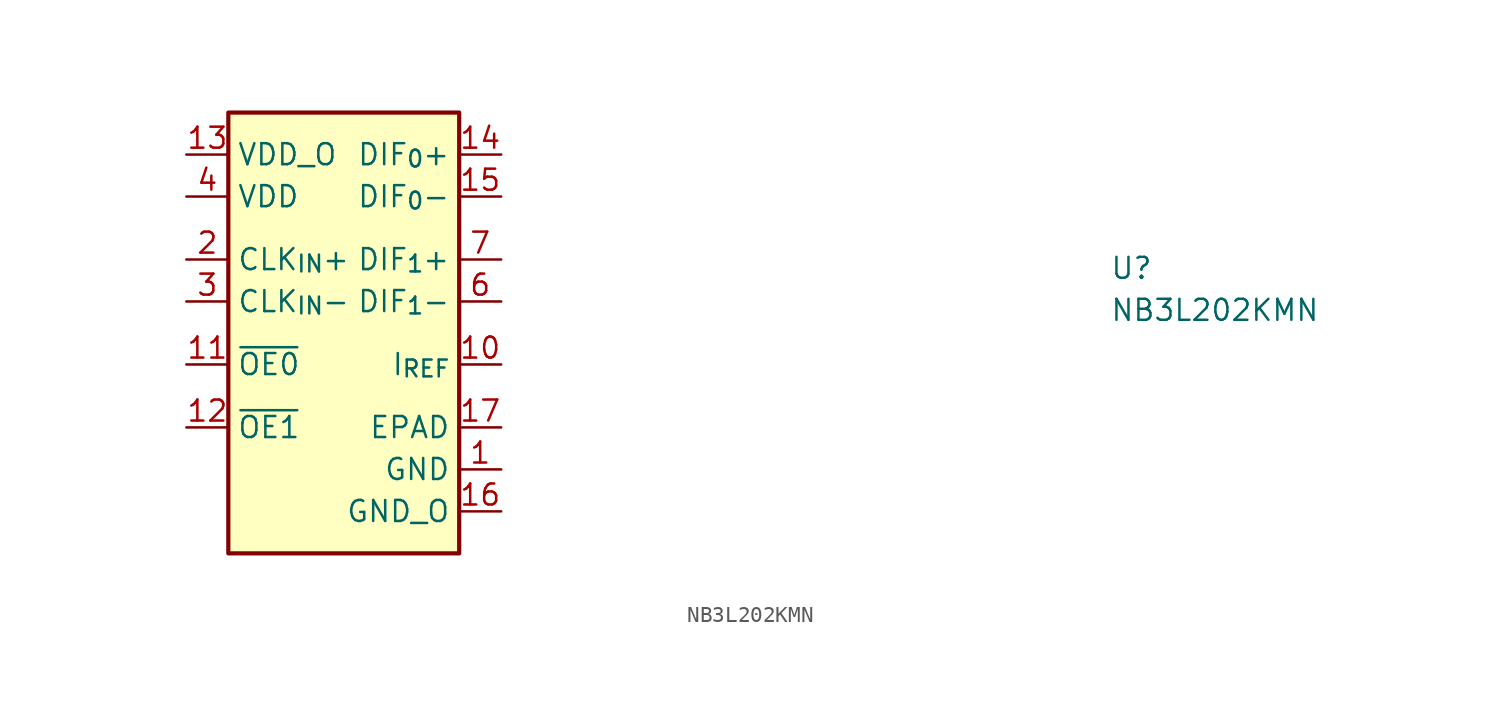
<source format=kicad_sym>
(kicad_symbol_lib
  (version 20211014)
  (generator kicad_symbol_editor)
  (symbol "NB3L202KMN"
    (property "Reference" "U"
      (at 55.88 -7.62 0)
      (effects (font (size 1.27 1.27) (thickness 0.15)) (justify left bottom)))
    (property "Value" "NB3L202KMN"
      (at 55.88 -10.16 0)
      (effects (font (size 1.27 1.27) (thickness 0.15)) (justify left bottom)))
    (symbol "NB3L202KMN_1_1"
      (rectangle (start 2.54 2.54) (end 16.51 -24.13) (stroke (width 0.254) (type default) (color 0 0 0 0)) (fill (type background)))
      (pin power_in line (at 19.05 -19.05 180) (length 2.54) (name "GND" (effects (font (size 1.27 1.27)))) (number "1" (effects (font (size 1.27 1.27)))))
      (pin input line (at 19.05 -12.7 180) (length 2.54) (name "I_{REF}" (effects (font (size 1.27 1.27)))) (number "10" (effects (font (size 1.27 1.27)))))
      (pin input line (at 0 -12.7 0) (length 2.54) (name "~{OE0}" (effects (font (size 1.27 1.27)))) (number "11" (effects (font (size 1.27 1.27)))))
      (pin input line (at 0 -16.51 0) (length 2.54) (name "~{OE1}" (effects (font (size 1.27 1.27)))) (number "12" (effects (font (size 1.27 1.27)))))
      (pin power_in line (at 0 0 0) (length 2.54) (name "VDD_O" (effects (font (size 1.27 1.27)))) (number "13" (effects (font (size 1.27 1.27)))))
      (pin output line (at 19.05 0 180) (length 2.54) (name "DIF_{0}+" (effects (font (size 1.27 1.27)))) (number "14" (effects (font (size 1.27 1.27)))))
      (pin output line (at 19.05 -2.54 180) (length 2.54) (name "DIF_{0}-" (effects (font (size 1.27 1.27)))) (number "15" (effects (font (size 1.27 1.27)))))
      (pin power_in line (at 19.05 -21.59 180) (length 2.54) (name "GND_O" (effects (font (size 1.27 1.27)))) (number "16" (effects (font (size 1.27 1.27)))))
      (pin power_in line (at 19.05 -16.51 180) (length 2.54) (name "EPAD" (effects (font (size 1.27 1.27)))) (number "17" (effects (font (size 1.27 1.27)))))
      (pin input line (at 0 -6.35 0) (length 2.54) (name "CLK_{IN}+" (effects (font (size 1.27 1.27)))) (number "2" (effects (font (size 1.27 1.27)))))
      (pin input line (at 0 -8.89 0) (length 2.54) (name "CLK_{IN}-" (effects (font (size 1.27 1.27)))) (number "3" (effects (font (size 1.27 1.27)))))
      (pin power_in line (at 0 -2.54 0) (length 2.54) (name "VDD" (effects (font (size 1.27 1.27)))) (number "4" (effects (font (size 1.27 1.27)))))
      (pin passive line (at 19.05 -21.59 180) (length 2.54) hide (name "GND_O" (effects (font (size 1.27 1.27)))) (number "5" (effects (font (size 1.27 1.27)))))
      (pin output line (at 19.05 -8.89 180) (length 2.54) (name "DIF_{1}-" (effects (font (size 1.27 1.27)))) (number "6" (effects (font (size 1.27 1.27)))))
      (pin output line (at 19.05 -6.35 180) (length 2.54) (name "DIF_{1}+" (effects (font (size 1.27 1.27)))) (number "7" (effects (font (size 1.27 1.27)))))
      (pin passive line (at 0 0 0) (length 2.54) hide (name "VDD_O" (effects (font (size 1.27 1.27)))) (number "8" (effects (font (size 1.27 1.27)))))
      (pin passive line (at 19.05 -19.05 180) (length 2.54) hide (name "GND" (effects (font (size 1.27 1.27)))) (number "9" (effects (font (size 1.27 1.27))))))))
</source>
